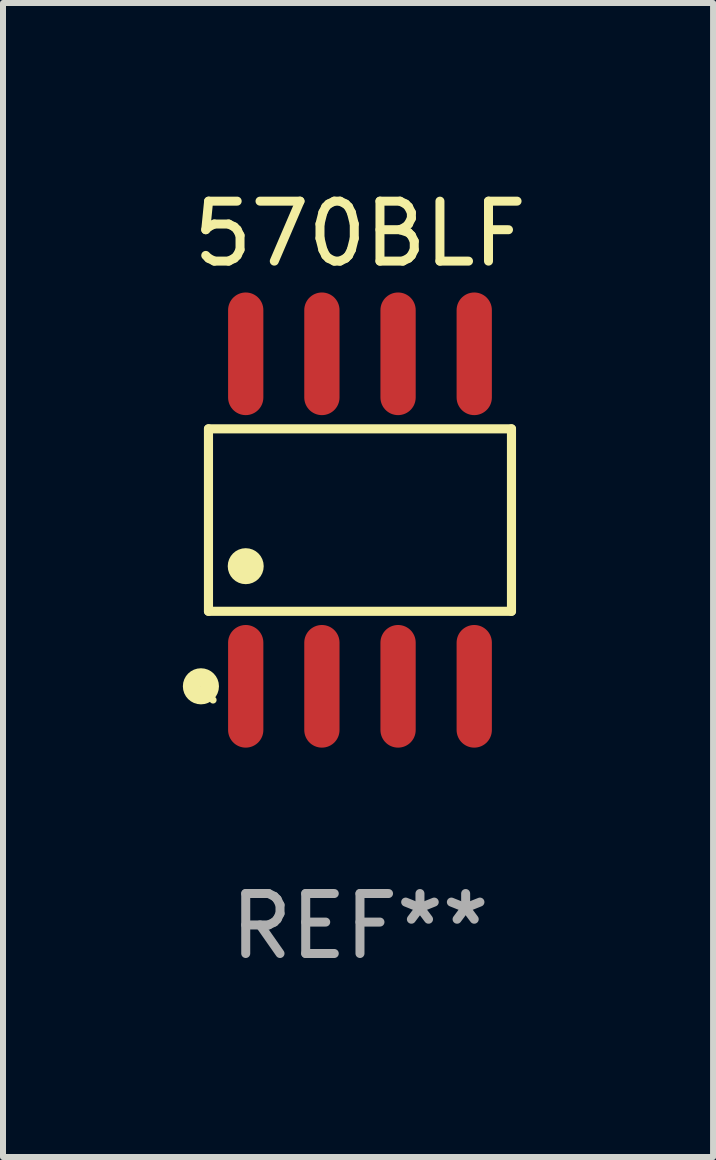
<source format=kicad_pcb>
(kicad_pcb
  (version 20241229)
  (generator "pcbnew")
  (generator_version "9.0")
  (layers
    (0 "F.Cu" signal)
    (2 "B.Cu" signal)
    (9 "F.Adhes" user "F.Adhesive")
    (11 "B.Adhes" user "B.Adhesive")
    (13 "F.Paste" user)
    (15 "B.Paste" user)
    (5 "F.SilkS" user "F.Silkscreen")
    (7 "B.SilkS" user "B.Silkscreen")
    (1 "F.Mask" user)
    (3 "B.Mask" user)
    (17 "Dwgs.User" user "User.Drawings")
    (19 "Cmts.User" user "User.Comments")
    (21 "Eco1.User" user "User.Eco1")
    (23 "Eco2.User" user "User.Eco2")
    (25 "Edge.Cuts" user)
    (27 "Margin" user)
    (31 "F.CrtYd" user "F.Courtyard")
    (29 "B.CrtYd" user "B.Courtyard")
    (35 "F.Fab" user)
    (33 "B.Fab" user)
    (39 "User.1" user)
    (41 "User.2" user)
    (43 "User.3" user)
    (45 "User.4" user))
  (footprint "570BLF"
    (layer "F.Cu")
    (at 2.952 5.621)
    (property "Reference" "570BLF" (at 0 -4.772 0) (layer "F.SilkS") (effects (font (size 1 1) (thickness 0.15))))
    (attr through_hole)
    (fp_line (start -2.526 -1.521) (end 2.526 -1.521) (stroke (width 0.152) (type solid)) (layer "F.SilkS"))
    (fp_line (start -2.526 1.521) (end -2.526 -1.521) (stroke (width 0.152) (type solid)) (layer "F.SilkS"))
    (fp_line (start 2.526 -1.521) (end 2.526 1.521) (stroke (width 0.152) (type solid)) (layer "F.SilkS"))
    (fp_line (start 2.526 1.521) (end -2.526 1.521) (stroke (width 0.152) (type solid)) (layer "F.SilkS"))
    (fp_circle (center -2.652 2.772) (end -2.501 2.772) (stroke (width 0.3) (type solid)) (fill no) (layer "F.SilkS"))
    (fp_circle (center -2.45 3) (end -2.42 3) (stroke (width 0.06) (type solid)) (fill no) (layer "F.SilkS"))
    (fp_circle (center -1.905 0.769) (end -1.755 0.769) (stroke (width 0.3) (type solid)) (fill no) (layer "F.SilkS"))
    (fp_text user "REF**" (at 0 6.772 0) (layer "F.Fab") (effects (font (size 1 1) (thickness 0.15))))
    (pad "1" smd oval (at -1.905 2.772) (size 0.588 2.045) (layers "F.Cu" "F.Mask" "F.Paste"))
    (pad "2" smd oval (at -0.635 2.772) (size 0.588 2.045) (layers "F.Cu" "F.Mask" "F.Paste"))
    (pad "3" smd oval (at 0.635 2.772) (size 0.588 2.045) (layers "F.Cu" "F.Mask" "F.Paste"))
    (pad "4" smd oval (at 1.905 2.772) (size 0.588 2.045) (layers "F.Cu" "F.Mask" "F.Paste"))
    (pad "5" smd oval (at 1.905 -2.772) (size 0.588 2.045) (layers "F.Cu" "F.Mask" "F.Paste"))
    (pad "6" smd oval (at 0.635 -2.772) (size 0.588 2.045) (layers "F.Cu" "F.Mask" "F.Paste"))
    (pad "7" smd oval (at -0.635 -2.772) (size 0.588 2.045) (layers "F.Cu" "F.Mask" "F.Paste"))
    (pad "8" smd oval (at -1.905 -2.772) (size 0.588 2.045) (layers "F.Cu" "F.Mask" "F.Paste")))
  (gr_rect
    (start -3 -3)
    (end 8.839 16.241)
    (stroke (width 0.1) (type default))
    (fill no)
    (layer "Edge.Cuts")))
</source>
